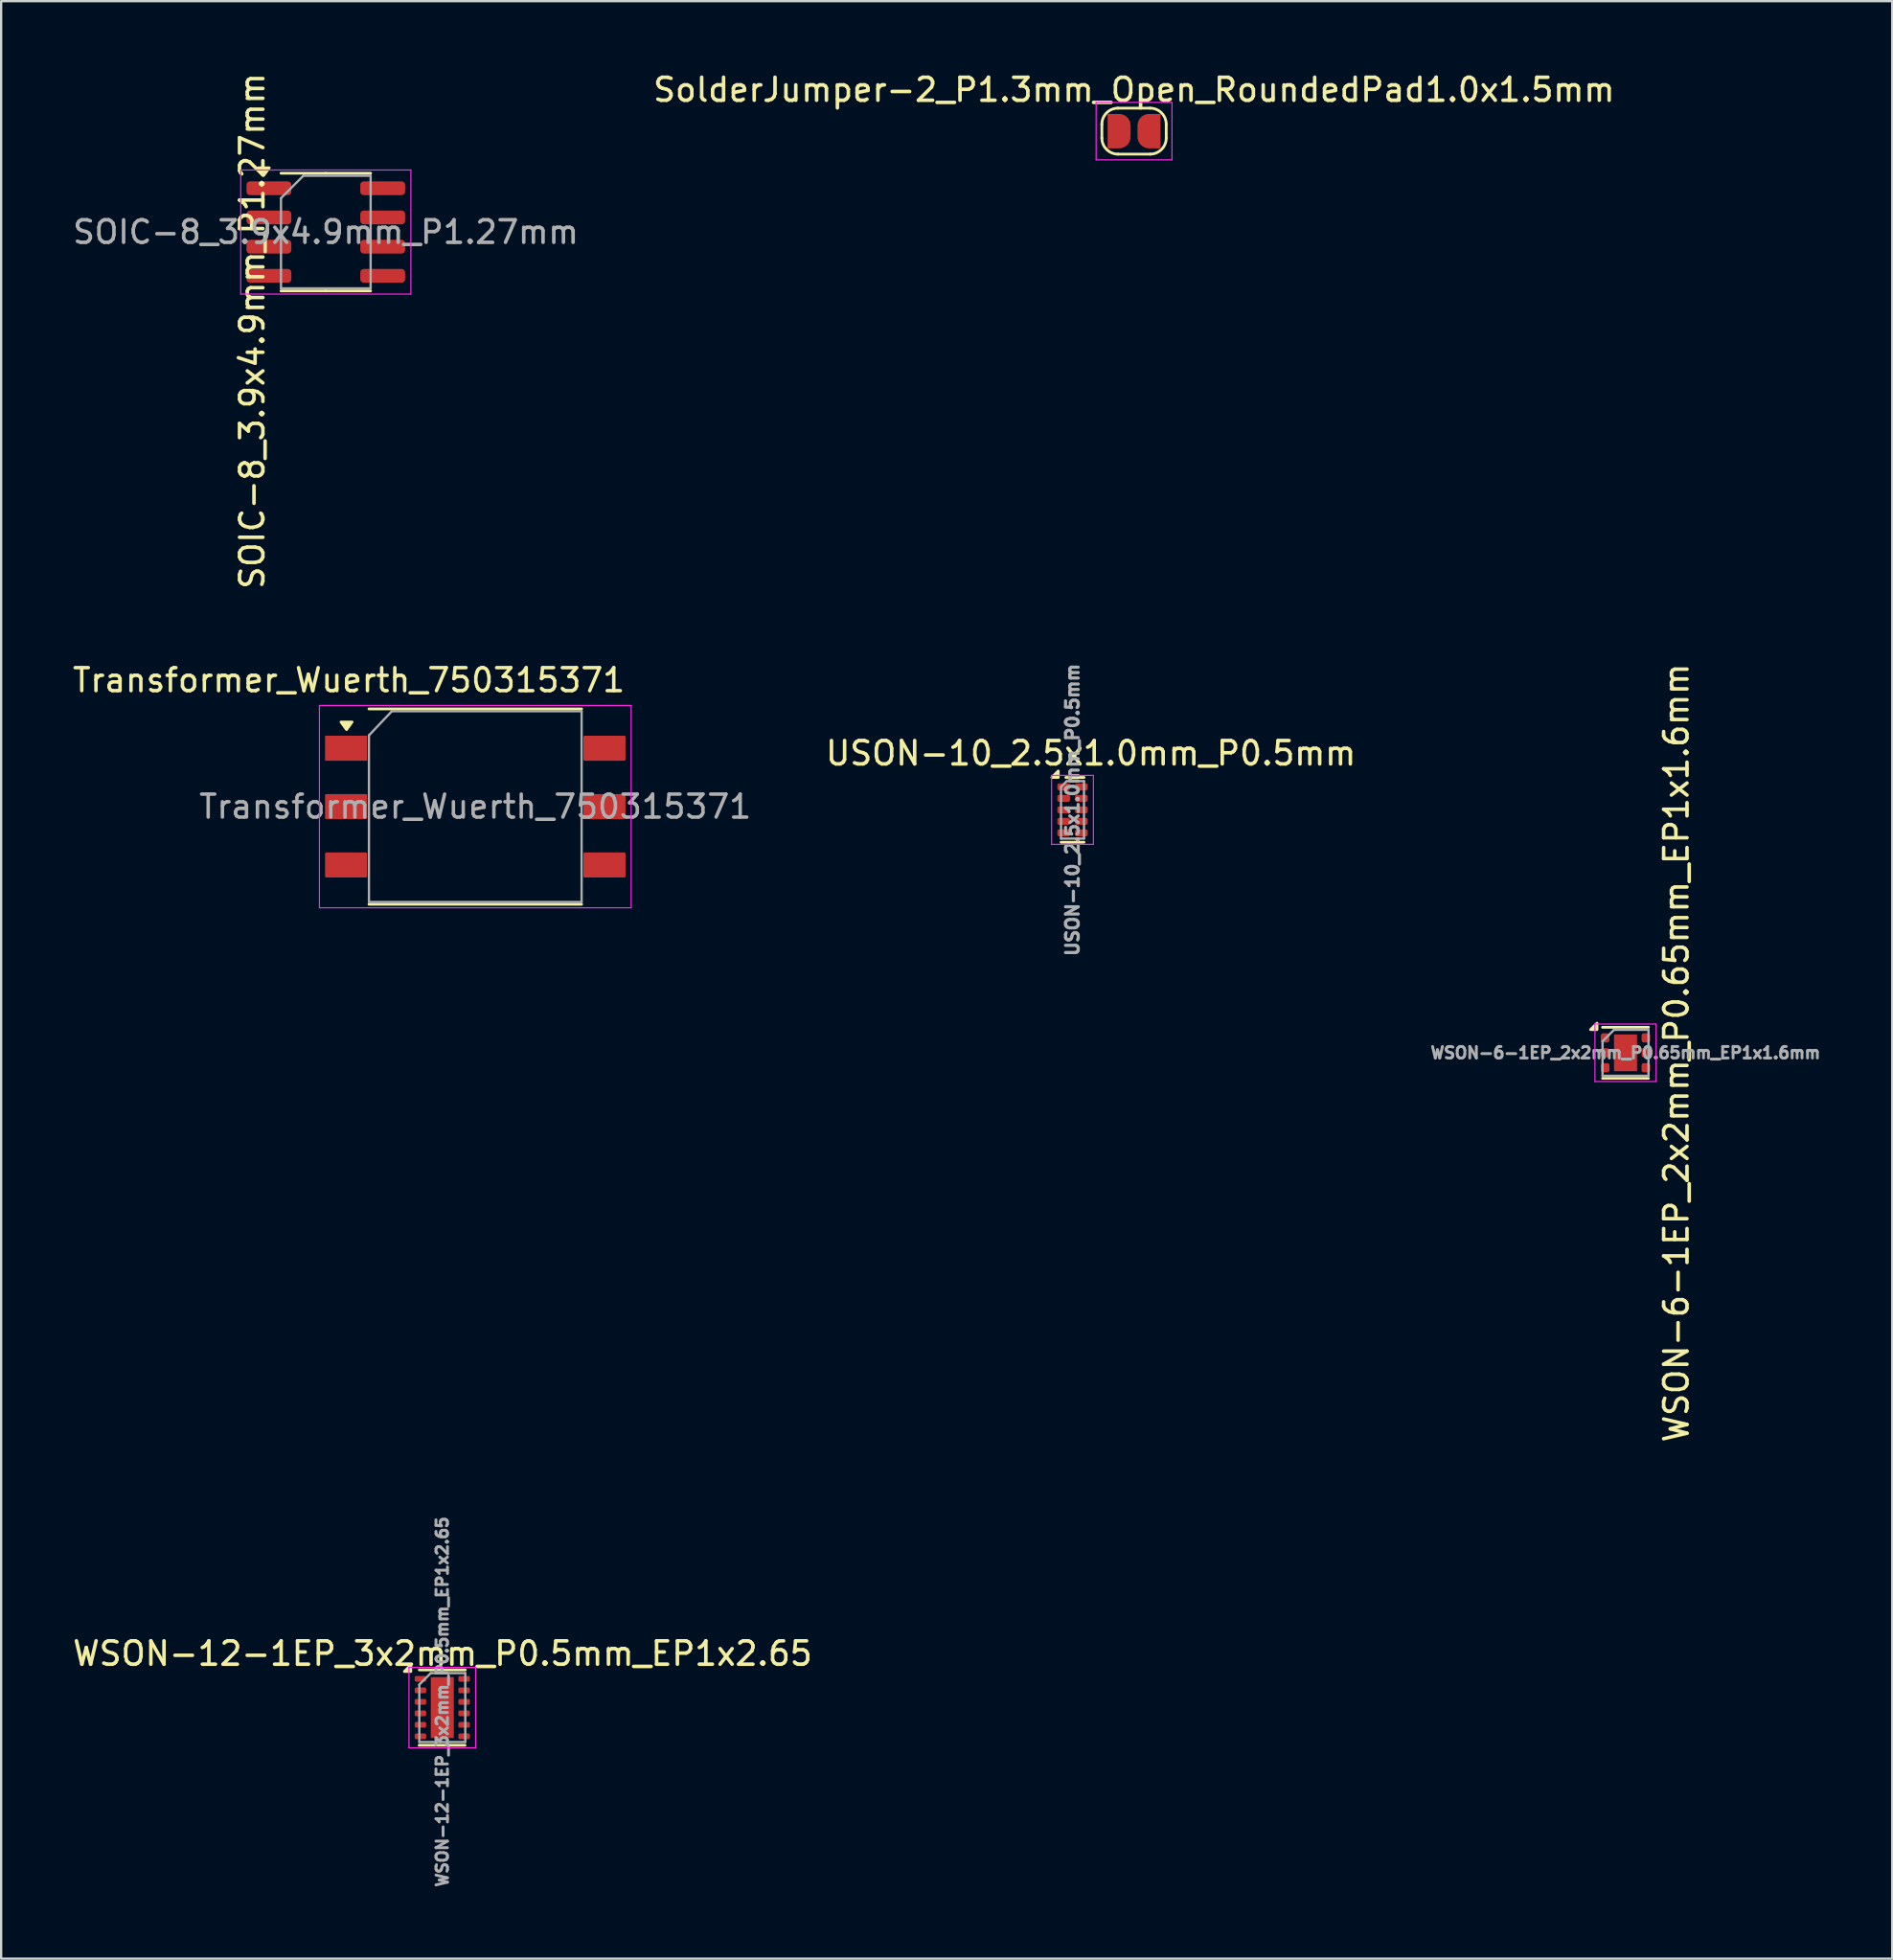
<source format=kicad_pcb>
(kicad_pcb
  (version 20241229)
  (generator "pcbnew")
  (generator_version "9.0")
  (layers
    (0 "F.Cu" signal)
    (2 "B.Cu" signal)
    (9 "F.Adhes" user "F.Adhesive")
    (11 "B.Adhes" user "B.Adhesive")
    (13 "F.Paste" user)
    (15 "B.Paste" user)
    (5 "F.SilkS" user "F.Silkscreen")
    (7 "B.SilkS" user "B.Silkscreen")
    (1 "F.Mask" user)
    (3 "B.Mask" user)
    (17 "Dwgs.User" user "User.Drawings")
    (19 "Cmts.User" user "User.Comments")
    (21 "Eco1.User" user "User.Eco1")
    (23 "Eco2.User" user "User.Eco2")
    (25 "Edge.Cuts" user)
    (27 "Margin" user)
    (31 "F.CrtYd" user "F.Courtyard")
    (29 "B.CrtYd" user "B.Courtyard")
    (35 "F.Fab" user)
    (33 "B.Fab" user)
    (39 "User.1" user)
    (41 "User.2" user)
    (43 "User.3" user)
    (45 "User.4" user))
  (footprint "Transformer_Wuerth_750315371"
    (layer "F.Cu")
    (at 17.625 32.039)
    (property "Reference" "Transformer_Wuerth_750315371" (at -5.5 -5.5 0) (layer "F.SilkS") (effects (font (size 1 1) (thickness 0.15))))
    (attr smd)
    (fp_line (start -4.625 -4.25) (end 4.625 -4.25) (stroke (width 0.12) (type solid)) (layer "F.SilkS"))
    (fp_line (start 4.625 4.25) (end -4.625 4.25) (stroke (width 0.12) (type solid)) (layer "F.SilkS"))
    (fp_poly (pts (xy -5.6 -3.35) (xy -5.84 -3.68) (xy -5.36 -3.68) (xy -5.6 -3.35)) (stroke (width 0.12) (type solid)) (fill yes) (layer "F.SilkS"))
    (fp_line (start -6.78 -4.4) (end 6.78 -4.4) (stroke (width 0.05) (type solid)) (layer "F.CrtYd"))
    (fp_line (start -6.78 4.4) (end -6.78 -4.4) (stroke (width 0.05) (type solid)) (layer "F.CrtYd"))
    (fp_line (start 6.78 -4.4) (end 6.78 4.4) (stroke (width 0.05) (type solid)) (layer "F.CrtYd"))
    (fp_line (start 6.78 4.4) (end -6.78 4.4) (stroke (width 0.05) (type solid)) (layer "F.CrtYd"))
    (fp_line (start -4.625 -3.1) (end -3.63 -4.15) (stroke (width 0.1) (type solid)) (layer "F.Fab"))
    (fp_line (start -4.625 4.15) (end -4.625 -3.1) (stroke (width 0.1) (type solid)) (layer "F.Fab"))
    (fp_line (start -3.63 -4.15) (end 4.625 -4.15) (stroke (width 0.1) (type solid)) (layer "F.Fab"))
    (fp_line (start 4.625 -4.15) (end 4.625 4.15) (stroke (width 0.1) (type solid)) (layer "F.Fab"))
    (fp_line (start 4.625 4.15) (end -4.625 4.15) (stroke (width 0.1) (type solid)) (layer "F.Fab"))
    (fp_text user "${REFERENCE}" (at 0 0 0) (layer "F.Fab") (effects (font (size 1 1) (thickness 0.15))))
    (pad "1" smd rect (at -5.62 -2.54) (size 1.83 1.09) (layers "F.Cu" "F.Mask" "F.Paste"))
    (pad "2" smd roundrect (at -5.62 0) (size 1.83 1.09) (layers "F.Cu" "F.Mask" "F.Paste") (roundrect_rratio 0.05))
    (pad "3" smd roundrect (at -5.62 2.54) (size 1.83 1.09) (layers "F.Cu" "F.Mask" "F.Paste") (roundrect_rratio 0.05))
    (pad "4" smd roundrect (at 5.62 2.54) (size 1.83 1.09) (layers "F.Cu" "F.Mask" "F.Paste") (roundrect_rratio 0.05))
    (pad "5" smd roundrect (at 5.62 0) (size 1.83 1.09) (layers "F.Cu" "F.Mask" "F.Paste") (roundrect_rratio 0.05))
    (pad "6" smd roundrect (at 5.62 -2.54) (size 1.83 1.09) (layers "F.Cu" "F.Mask" "F.Paste") (roundrect_rratio 0.05)))
  (footprint "SOIC-8_3.9x4.9mm_P1.27mm"
    (layer "F.Cu")
    (at 11.123 7.045)
    (property "Reference" "SOIC-8_3.9x4.9mm_P1.27mm" (at -3.2 4.3 270) (layer "F.SilkS") (effects (font (size 1.016 1) (thickness 0.154))))
    (attr smd)
    (fp_line (start 0 -2.56) (end -1.95 -2.56) (stroke (width 0.12) (type solid)) (layer "F.SilkS"))
    (fp_line (start 0 -2.56) (end 1.95 -2.56) (stroke (width 0.12) (type solid)) (layer "F.SilkS"))
    (fp_line (start 0 2.56) (end -1.95 2.56) (stroke (width 0.12) (type solid)) (layer "F.SilkS"))
    (fp_line (start 0 2.56) (end 1.95 2.56) (stroke (width 0.12) (type solid)) (layer "F.SilkS"))
    (fp_poly (pts (xy -2.7 -2.465) (xy -2.94 -2.795) (xy -2.46 -2.795) (xy -2.7 -2.465)) (stroke (width 0.12) (type solid)) (fill yes) (layer "F.SilkS"))
    (fp_line (start -3.7 -2.7) (end -3.7 2.7) (stroke (width 0.05) (type solid)) (layer "F.CrtYd"))
    (fp_line (start -3.7 2.7) (end 3.7 2.7) (stroke (width 0.05) (type solid)) (layer "F.CrtYd"))
    (fp_line (start 3.7 -2.7) (end -3.7 -2.7) (stroke (width 0.05) (type solid)) (layer "F.CrtYd"))
    (fp_line (start 3.7 2.7) (end 3.7 -2.7) (stroke (width 0.05) (type solid)) (layer "F.CrtYd"))
    (fp_line (start -1.95 -1.475) (end -0.975 -2.45) (stroke (width 0.1) (type solid)) (layer "F.Fab"))
    (fp_line (start -1.95 2.45) (end -1.95 -1.475) (stroke (width 0.1) (type solid)) (layer "F.Fab"))
    (fp_line (start -0.975 -2.45) (end 1.95 -2.45) (stroke (width 0.1) (type solid)) (layer "F.Fab"))
    (fp_line (start 1.95 -2.45) (end 1.95 2.45) (stroke (width 0.1) (type solid)) (layer "F.Fab"))
    (fp_line (start 1.95 2.45) (end -1.95 2.45) (stroke (width 0.1) (type solid)) (layer "F.Fab"))
    (fp_text user "${REFERENCE}" (at 0 0 180) (layer "F.Fab") (effects (font (size 0.98 0.98) (thickness 0.154))))
    (pad "1" smd roundrect (at -2.475 -1.905) (size 1.95 0.6) (layers "F.Cu" "F.Mask" "F.Paste") (roundrect_rratio 0.25))
    (pad "2" smd roundrect (at -2.475 -0.635) (size 1.95 0.6) (layers "F.Cu" "F.Mask" "F.Paste") (roundrect_rratio 0.25))
    (pad "3" smd roundrect (at -2.475 0.635) (size 1.95 0.6) (layers "F.Cu" "F.Mask" "F.Paste") (roundrect_rratio 0.25))
    (pad "4" smd roundrect (at -2.475 1.905) (size 1.95 0.6) (layers "F.Cu" "F.Mask" "F.Paste") (roundrect_rratio 0.25))
    (pad "5" smd roundrect (at 2.475 1.905) (size 1.95 0.6) (layers "F.Cu" "F.Mask" "F.Paste") (roundrect_rratio 0.25))
    (pad "6" smd roundrect (at 2.475 0.635) (size 1.95 0.6) (layers "F.Cu" "F.Mask" "F.Paste") (roundrect_rratio 0.25))
    (pad "7" smd roundrect (at 2.475 -0.635) (size 1.95 0.6) (layers "F.Cu" "F.Mask" "F.Paste") (roundrect_rratio 0.25))
    (pad "8" smd roundrect (at 2.475 -1.905) (size 1.95 0.6) (layers "F.Cu" "F.Mask" "F.Paste") (roundrect_rratio 0.25)))
  (footprint "SolderJumper-2_P1.3mm_Open_RoundedPad1.0x1.5mm"
    (layer "F.Cu")
    (at 46.282 2.655)
    (property "Reference" "SolderJumper-2_P1.3mm_Open_RoundedPad1.0x1.5mm" (at 0 -1.8 0) (layer "F.SilkS") (effects (font (size 1 1) (thickness 0.154))))
    (attr exclude_from_pos_files exclude_from_bom)
    (fp_line (start -1.4 0.3) (end -1.4 -0.3) (stroke (width 0.12) (type solid)) (layer "F.SilkS"))
    (fp_line (start -0.7 -1) (end 0.7 -1) (stroke (width 0.12) (type solid)) (layer "F.SilkS"))
    (fp_line (start 0.7 1) (end -0.7 1) (stroke (width 0.12) (type solid)) (layer "F.SilkS"))
    (fp_line (start 1.4 -0.3) (end 1.4 0.3) (stroke (width 0.12) (type solid)) (layer "F.SilkS"))
    (fp_arc (start -1.4 -0.3) (mid -1.194975 -0.794975) (end -0.7 -1) (stroke (width 0.12) (type solid)) (layer "F.SilkS"))
    (fp_arc (start -0.7 1) (mid -1.194975 0.794975) (end -1.4 0.3) (stroke (width 0.12) (type solid)) (layer "F.SilkS"))
    (fp_arc (start 0.7 -1) (mid 1.194975 -0.794975) (end 1.4 -0.3) (stroke (width 0.12) (type solid)) (layer "F.SilkS"))
    (fp_arc (start 1.4 0.3) (mid 1.194975 0.794975) (end 0.7 1) (stroke (width 0.12) (type solid)) (layer "F.SilkS"))
    (fp_line (start -1.65 -1.25) (end -1.65 1.25) (stroke (width 0.05) (type solid)) (layer "F.CrtYd"))
    (fp_line (start -1.65 -1.25) (end 1.65 -1.25) (stroke (width 0.05) (type solid)) (layer "F.CrtYd"))
    (fp_line (start 1.65 1.25) (end -1.65 1.25) (stroke (width 0.05) (type solid)) (layer "F.CrtYd"))
    (fp_line (start 1.65 1.25) (end 1.65 -1.25) (stroke (width 0.05) (type solid)) (layer "F.CrtYd"))
    (pad "1" smd custom (at -0.65 0 180) (size 1 0.5) (layers "F.Cu" "F.Mask") (options (anchor rect)) (primitives (gr_circle (center 0 0.25) (end 0.5 0.25) (width 0) (fill yes)) (gr_circle (center 0 -0.25) (end 0.5 -0.25) (width 0) (fill yes)) (gr_poly (pts (xy 0.5 0.75) (xy 0 0.75) (xy 0 -0.75) (xy 0.5 -0.75)) (width 0) (fill yes))))
    (pad "2" smd custom (at 0.65 0 180) (size 1 0.5) (layers "F.Cu" "F.Mask") (options (anchor rect)) (primitives (gr_circle (center 0 0.25) (end 0.5 0.25) (width 0) (fill yes)) (gr_circle (center 0 -0.25) (end 0.5 -0.25) (width 0) (fill yes)) (gr_poly (pts (xy 0 0.75) (xy -0.5 0.75) (xy -0.5 -0.75) (xy 0 -0.75)) (width 0) (fill yes)))))
  (footprint "WSON-12-1EP_3x2mm_P0.5mm_EP1x2.65"
    (layer "F.Cu")
    (at 16.19 71.233)
    (property "Reference" "WSON-12-1EP_3x2mm_P0.5mm_EP1x2.65" (at 0.013 -2.35 0) (layer "F.SilkS") (effects (font (size 1.016 1) (thickness 0.154))))
    (attr smd)
    (fp_line (start -1.01 1.64) (end 0.99 1.64) (stroke (width 0.12) (type solid)) (layer "F.SilkS"))
    (fp_line (start -1 -1.64) (end 1 -1.64) (stroke (width 0.12) (type solid)) (layer "F.SilkS"))
    (fp_poly (pts (xy -1.37 -1.57) (xy -1.65 -1.57) (xy -1.37 -1.85) (xy -1.37 -1.57)) (stroke (width 0.12) (type solid)) (fill yes) (layer "F.SilkS"))
    (fp_line (start -1.45 -1.75) (end 1.45 -1.75) (stroke (width 0.05) (type solid)) (layer "F.CrtYd"))
    (fp_line (start -1.45 1.75) (end -1.45 -1.75) (stroke (width 0.05) (type solid)) (layer "F.CrtYd"))
    (fp_line (start 1.45 -1.75) (end 1.45 1.75) (stroke (width 0.05) (type solid)) (layer "F.CrtYd"))
    (fp_line (start 1.45 1.75) (end -1.45 1.75) (stroke (width 0.05) (type solid)) (layer "F.CrtYd"))
    (fp_line (start -1 -1) (end -0.5 -1.5) (stroke (width 0.1) (type solid)) (layer "F.Fab"))
    (fp_line (start -1 1.5) (end -1 -1) (stroke (width 0.1) (type solid)) (layer "F.Fab"))
    (fp_line (start -0.5 -1.5) (end 1 -1.5) (stroke (width 0.1) (type solid)) (layer "F.Fab"))
    (fp_line (start 1 -1.5) (end 1 1.5) (stroke (width 0.1) (type solid)) (layer "F.Fab"))
    (fp_line (start 1 1.5) (end -1 1.5) (stroke (width 0.1) (type solid)) (layer "F.Fab"))
    (fp_text user "${REFERENCE}" (at 0 -0.25 90) (layer "F.Fab") (effects (font (size 0.5 0.5) (thickness 0.154))))
    (pad "" smd rect (at 0 -0.685) (size 0.95 1.17) (layers "F.Paste"))
    (pad "" smd rect (at 0 0.685) (size 0.95 1.17) (layers "F.Paste"))
    (pad "1" smd roundrect (at -0.95 -1.25) (size 0.5 0.25) (layers "F.Cu" "F.Mask" "F.Paste") (roundrect_rratio 0.25))
    (pad "2" smd roundrect (at -0.95 -0.75) (size 0.5 0.25) (layers "F.Cu" "F.Mask" "F.Paste") (roundrect_rratio 0.25))
    (pad "3" smd roundrect (at -0.95 -0.25) (size 0.5 0.25) (layers "F.Cu" "F.Mask" "F.Paste") (roundrect_rratio 0.25))
    (pad "4" smd roundrect (at -0.95 0.25) (size 0.5 0.25) (layers "F.Cu" "F.Mask" "F.Paste") (roundrect_rratio 0.25))
    (pad "5" smd roundrect (at -0.95 0.75) (size 0.5 0.25) (layers "F.Cu" "F.Mask" "F.Paste") (roundrect_rratio 0.25))
    (pad "6" smd roundrect (at -0.95 1.25) (size 0.5 0.25) (layers "F.Cu" "F.Mask" "F.Paste") (roundrect_rratio 0.25))
    (pad "7" smd roundrect (at 0.95 1.25) (size 0.5 0.25) (layers "F.Cu" "F.Mask" "F.Paste") (roundrect_rratio 0.25))
    (pad "8" smd roundrect (at 0.95 0.75) (size 0.5 0.25) (layers "F.Cu" "F.Mask" "F.Paste") (roundrect_rratio 0.25))
    (pad "9" smd roundrect (at 0.95 0.25) (size 0.5 0.25) (layers "F.Cu" "F.Mask" "F.Paste") (roundrect_rratio 0.25))
    (pad "10" smd roundrect (at 0.95 -0.25) (size 0.5 0.25) (layers "F.Cu" "F.Mask" "F.Paste") (roundrect_rratio 0.25))
    (pad "11" smd roundrect (at 0.95 -0.75) (size 0.5 0.25) (layers "F.Cu" "F.Mask" "F.Paste") (roundrect_rratio 0.25))
    (pad "12" smd roundrect (at 0.95 -1.25) (size 0.5 0.25) (layers "F.Cu" "F.Mask" "F.Paste") (roundrect_rratio 0.25))
    (pad "13" smd rect (at 0 0) (size 1 2.65) (layers "F.Cu" "F.Mask")))
  (footprint "WSON-6-1EP_2x2mm_P0.65mm_EP1x1.6mm"
    (layer "F.Cu")
    (at 67.661 42.75)
    (property "Reference" "WSON-6-1EP_2x2mm_P0.65mm_EP1x1.6mm" (at 2.212 0 270) (layer "F.SilkS") (effects (font (size 1.016 1) (thickness 0.154))))
    (attr smd)
    (fp_line (start -1 -1.11) (end 1 -1.11) (stroke (width 0.12) (type solid)) (layer "F.SilkS"))
    (fp_line (start -1 1.11) (end 1 1.11) (stroke (width 0.12) (type solid)) (layer "F.SilkS"))
    (fp_poly (pts (xy -1.24 -1.01) (xy -1.52 -1.01) (xy -1.24 -1.29) (xy -1.24 -1.01)) (stroke (width 0.12) (type solid)) (fill yes) (layer "F.SilkS"))
    (fp_line (start -1.33 -1.25) (end -1.33 1.25) (stroke (width 0.05) (type solid)) (layer "F.CrtYd"))
    (fp_line (start -1.33 1.25) (end 1.33 1.25) (stroke (width 0.05) (type solid)) (layer "F.CrtYd"))
    (fp_line (start 1.33 -1.25) (end -1.33 -1.25) (stroke (width 0.05) (type solid)) (layer "F.CrtYd"))
    (fp_line (start 1.33 1.25) (end 1.33 -1.25) (stroke (width 0.05) (type solid)) (layer "F.CrtYd"))
    (fp_line (start -1 -0.5) (end -0.5 -1) (stroke (width 0.1) (type solid)) (layer "F.Fab"))
    (fp_line (start -1 1) (end -1 -0.5) (stroke (width 0.1) (type solid)) (layer "F.Fab"))
    (fp_line (start -0.5 -1) (end 1 -1) (stroke (width 0.1) (type solid)) (layer "F.Fab"))
    (fp_line (start 1 -1) (end 1 1) (stroke (width 0.1) (type solid)) (layer "F.Fab"))
    (fp_line (start 1 1) (end -1 1) (stroke (width 0.1) (type solid)) (layer "F.Fab"))
    (fp_text user "${REFERENCE}" (at 0 0 180) (layer "F.Fab") (effects (font (size 0.5 0.5) (thickness 0.154))))
    (pad "" smd roundrect (at 0 -0.4) (size 0.81 0.64) (layers "F.Paste") (roundrect_rratio 0.25))
    (pad "" smd roundrect (at 0 0.4) (size 0.81 0.64) (layers "F.Paste") (roundrect_rratio 0.25))
    (pad "1" smd roundrect (at -0.887 -0.65) (size 0.375 0.4) (layers "F.Cu" "F.Mask" "F.Paste") (roundrect_rratio 0.25))
    (pad "2" smd roundrect (at -0.887 0) (size 0.375 0.4) (layers "F.Cu" "F.Mask" "F.Paste") (roundrect_rratio 0.25))
    (pad "3" smd roundrect (at -0.887 0.65) (size 0.375 0.4) (layers "F.Cu" "F.Mask" "F.Paste") (roundrect_rratio 0.25))
    (pad "4" smd roundrect (at 0.887 0.65) (size 0.375 0.4) (layers "F.Cu" "F.Mask" "F.Paste") (roundrect_rratio 0.25))
    (pad "5" smd roundrect (at 0.887 0) (size 0.375 0.4) (layers "F.Cu" "F.Mask" "F.Paste") (roundrect_rratio 0.25))
    (pad "6" smd roundrect (at 0.887 -0.65) (size 0.375 0.4) (layers "F.Cu" "F.Mask" "F.Paste") (roundrect_rratio 0.25))
    (pad "7" smd rect (at 0 0) (size 1 1.6) (property pad_prop_heatsink) (layers "F.Cu" "F.Mask")))
  (footprint "USON-10_2.5x1.0mm_P0.5mm"
    (layer "F.Cu")
    (at 43.605 32.18)
    (property "Reference" "USON-10_2.5x1.0mm_P0.5mm" (at 0.8 -2.462 180) (layer "F.SilkS") (effects (font (size 1.016 1) (thickness 0.154))))
    (attr smd)
    (fp_line (start 0.5 -1.41) (end -0.29 -1.41) (stroke (width 0.12) (type solid)) (layer "F.SilkS"))
    (fp_line (start 0.5 1.41) (end -0.5 1.41) (stroke (width 0.12) (type solid)) (layer "F.SilkS"))
    (fp_poly (pts (xy -0.62 -1.41) (xy -0.9 -1.41) (xy -0.62 -1.69) (xy -0.62 -1.41)) (stroke (width 0.12) (type solid)) (fill yes) (layer "F.SilkS"))
    (fp_line (start -0.91 -1.5) (end 0.91 -1.5) (stroke (width 0.05) (type solid)) (layer "F.CrtYd"))
    (fp_line (start -0.91 1.5) (end -0.91 -1.5) (stroke (width 0.05) (type solid)) (layer "F.CrtYd"))
    (fp_line (start 0.91 -1.5) (end 0.91 1.5) (stroke (width 0.05) (type solid)) (layer "F.CrtYd"))
    (fp_line (start 0.91 1.5) (end -0.91 1.5) (stroke (width 0.05) (type solid)) (layer "F.CrtYd"))
    (fp_line (start -0.5 -1) (end -0.5 1.25) (stroke (width 0.1) (type solid)) (layer "F.Fab"))
    (fp_line (start -0.5 1.25) (end 0.5 1.25) (stroke (width 0.1) (type solid)) (layer "F.Fab"))
    (fp_line (start -0.25 -1.25) (end -0.5 -1) (stroke (width 0.1) (type solid)) (layer "F.Fab"))
    (fp_line (start 0.5 -1.25) (end -0.25 -1.25) (stroke (width 0.1) (type solid)) (layer "F.Fab"))
    (fp_line (start 0.5 -1.25) (end 0.5 1.25) (stroke (width 0.1) (type solid)) (layer "F.Fab"))
    (fp_text user "${REFERENCE}" (at 0 0 90) (layer "F.Fab") (effects (font (size 0.55 0.55) (thickness 0.154))))
    (pad "1" smd roundrect (at -0.385 -1 270) (size 0.3 0.55) (layers "F.Cu" "F.Mask" "F.Paste") (roundrect_rratio 0.25))
    (pad "2" smd roundrect (at -0.385 -0.5 270) (size 0.3 0.55) (layers "F.Cu" "F.Mask" "F.Paste") (roundrect_rratio 0.25))
    (pad "3" smd roundrect (at -0.385 0 270) (size 0.3 0.55) (layers "F.Cu" "F.Mask" "F.Paste") (roundrect_rratio 0.25))
    (pad "4" smd roundrect (at -0.385 0.5 270) (size 0.3 0.55) (layers "F.Cu" "F.Mask" "F.Paste") (roundrect_rratio 0.25))
    (pad "5" smd roundrect (at -0.385 1 270) (size 0.3 0.55) (layers "F.Cu" "F.Mask" "F.Paste") (roundrect_rratio 0.25))
    (pad "6" smd roundrect (at 0.385 1 270) (size 0.3 0.55) (layers "F.Cu" "F.Mask" "F.Paste") (roundrect_rratio 0.25))
    (pad "7" smd roundrect (at 0.385 0.5 270) (size 0.3 0.55) (layers "F.Cu" "F.Mask" "F.Paste") (roundrect_rratio 0.25))
    (pad "8" smd roundrect (at 0.385 0 270) (size 0.3 0.55) (layers "F.Cu" "F.Mask" "F.Paste") (roundrect_rratio 0.25))
    (pad "9" smd roundrect (at 0.385 -0.5 270) (size 0.3 0.55) (layers "F.Cu" "F.Mask" "F.Paste") (roundrect_rratio 0.25))
    (pad "10" smd roundrect (at 0.385 -1 270) (size 0.3 0.55) (layers "F.Cu" "F.Mask" "F.Paste") (roundrect_rratio 0.25)))
  (gr_rect
    (start -3 -3)
    (end 79.263 82.156)
    (stroke (width 0.1) (type default))
    (fill no)
    (layer "Edge.Cuts")))
</source>
